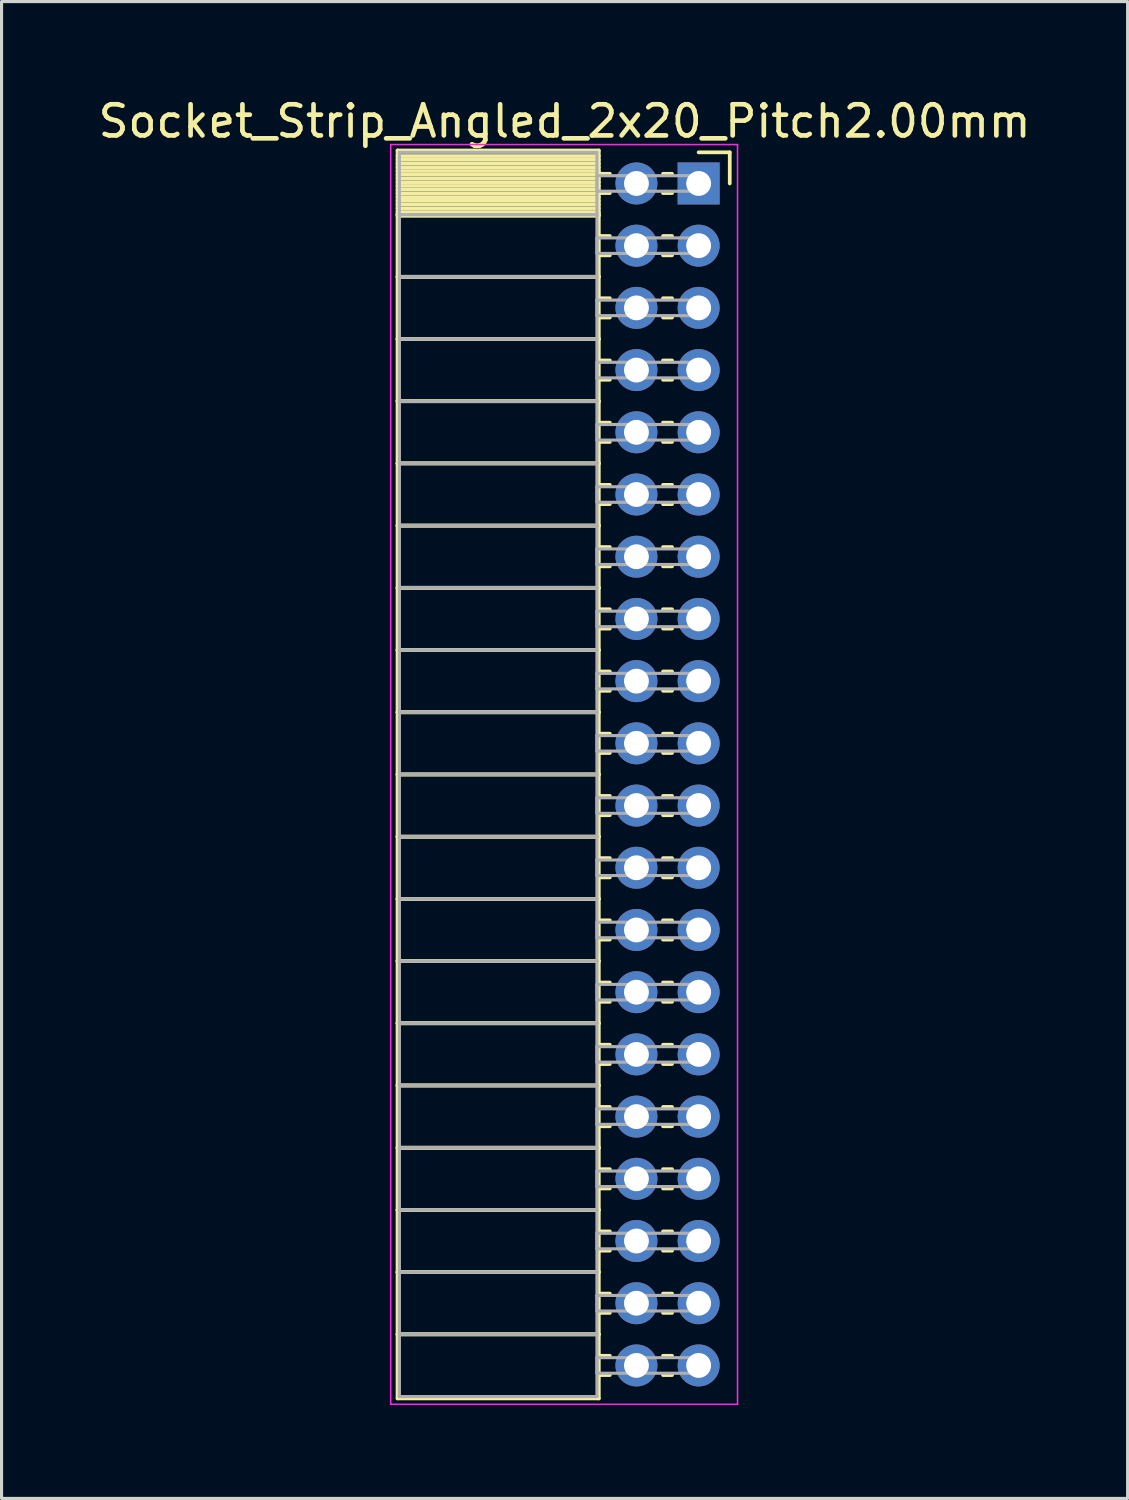
<source format=kicad_pcb>
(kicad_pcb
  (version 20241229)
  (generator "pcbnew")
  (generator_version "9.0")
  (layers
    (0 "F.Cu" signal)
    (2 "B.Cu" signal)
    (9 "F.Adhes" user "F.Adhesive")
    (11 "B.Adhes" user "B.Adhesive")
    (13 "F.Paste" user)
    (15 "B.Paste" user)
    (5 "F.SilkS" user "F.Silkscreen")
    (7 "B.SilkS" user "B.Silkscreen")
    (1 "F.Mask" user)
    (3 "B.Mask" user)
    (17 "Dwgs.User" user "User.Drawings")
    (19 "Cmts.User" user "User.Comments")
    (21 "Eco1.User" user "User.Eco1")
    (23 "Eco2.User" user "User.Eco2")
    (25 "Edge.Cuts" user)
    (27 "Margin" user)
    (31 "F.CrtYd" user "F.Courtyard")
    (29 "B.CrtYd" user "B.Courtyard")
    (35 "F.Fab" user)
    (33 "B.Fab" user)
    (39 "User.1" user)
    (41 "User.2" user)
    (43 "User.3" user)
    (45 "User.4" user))
  (footprint "Socket_Strip_Angled_2x20_Pitch2.00mm"
    (layer "F.Cu")
    (at 19.411 2.848)
    (property "Reference" "Socket_Strip_Angled_2x20_Pitch2.00mm" (at -4.31 -2 0) (layer "F.SilkS") (effects (font (size 1 1) (thickness 0.15))))
    (attr through_hole)
    (fp_line (start -9.68 -1.06) (end -3.21 -1.06) (stroke (width 0.12) (type solid)) (layer "F.SilkS"))
    (fp_line (start -9.68 1) (end -9.68 -1.06) (stroke (width 0.12) (type solid)) (layer "F.SilkS"))
    (fp_line (start -9.68 1) (end -3.21 1) (stroke (width 0.12) (type solid)) (layer "F.SilkS"))
    (fp_line (start -9.68 3) (end -9.68 1) (stroke (width 0.12) (type solid)) (layer "F.SilkS"))
    (fp_line (start -9.68 3) (end -3.21 3) (stroke (width 0.12) (type solid)) (layer "F.SilkS"))
    (fp_line (start -9.68 5) (end -9.68 3) (stroke (width 0.12) (type solid)) (layer "F.SilkS"))
    (fp_line (start -9.68 5) (end -3.21 5) (stroke (width 0.12) (type solid)) (layer "F.SilkS"))
    (fp_line (start -9.68 7) (end -9.68 5) (stroke (width 0.12) (type solid)) (layer "F.SilkS"))
    (fp_line (start -9.68 7) (end -3.21 7) (stroke (width 0.12) (type solid)) (layer "F.SilkS"))
    (fp_line (start -9.68 9) (end -9.68 7) (stroke (width 0.12) (type solid)) (layer "F.SilkS"))
    (fp_line (start -9.68 9) (end -3.21 9) (stroke (width 0.12) (type solid)) (layer "F.SilkS"))
    (fp_line (start -9.68 11) (end -9.68 9) (stroke (width 0.12) (type solid)) (layer "F.SilkS"))
    (fp_line (start -9.68 11) (end -3.21 11) (stroke (width 0.12) (type solid)) (layer "F.SilkS"))
    (fp_line (start -9.68 13) (end -9.68 11) (stroke (width 0.12) (type solid)) (layer "F.SilkS"))
    (fp_line (start -9.68 13) (end -3.21 13) (stroke (width 0.12) (type solid)) (layer "F.SilkS"))
    (fp_line (start -9.68 15) (end -9.68 13) (stroke (width 0.12) (type solid)) (layer "F.SilkS"))
    (fp_line (start -9.68 15) (end -3.21 15) (stroke (width 0.12) (type solid)) (layer "F.SilkS"))
    (fp_line (start -9.68 17) (end -9.68 15) (stroke (width 0.12) (type solid)) (layer "F.SilkS"))
    (fp_line (start -9.68 17) (end -3.21 17) (stroke (width 0.12) (type solid)) (layer "F.SilkS"))
    (fp_line (start -9.68 19) (end -9.68 17) (stroke (width 0.12) (type solid)) (layer "F.SilkS"))
    (fp_line (start -9.68 19) (end -3.21 19) (stroke (width 0.12) (type solid)) (layer "F.SilkS"))
    (fp_line (start -9.68 21) (end -9.68 19) (stroke (width 0.12) (type solid)) (layer "F.SilkS"))
    (fp_line (start -9.68 21) (end -3.21 21) (stroke (width 0.12) (type solid)) (layer "F.SilkS"))
    (fp_line (start -9.68 23) (end -9.68 21) (stroke (width 0.12) (type solid)) (layer "F.SilkS"))
    (fp_line (start -9.68 23) (end -3.21 23) (stroke (width 0.12) (type solid)) (layer "F.SilkS"))
    (fp_line (start -9.68 25) (end -9.68 23) (stroke (width 0.12) (type solid)) (layer "F.SilkS"))
    (fp_line (start -9.68 25) (end -3.21 25) (stroke (width 0.12) (type solid)) (layer "F.SilkS"))
    (fp_line (start -9.68 27) (end -9.68 25) (stroke (width 0.12) (type solid)) (layer "F.SilkS"))
    (fp_line (start -9.68 27) (end -3.21 27) (stroke (width 0.12) (type solid)) (layer "F.SilkS"))
    (fp_line (start -9.68 29) (end -9.68 27) (stroke (width 0.12) (type solid)) (layer "F.SilkS"))
    (fp_line (start -9.68 29) (end -3.21 29) (stroke (width 0.12) (type solid)) (layer "F.SilkS"))
    (fp_line (start -9.68 31) (end -9.68 29) (stroke (width 0.12) (type solid)) (layer "F.SilkS"))
    (fp_line (start -9.68 31) (end -3.21 31) (stroke (width 0.12) (type solid)) (layer "F.SilkS"))
    (fp_line (start -9.68 33) (end -9.68 31) (stroke (width 0.12) (type solid)) (layer "F.SilkS"))
    (fp_line (start -9.68 33) (end -3.21 33) (stroke (width 0.12) (type solid)) (layer "F.SilkS"))
    (fp_line (start -9.68 35) (end -9.68 33) (stroke (width 0.12) (type solid)) (layer "F.SilkS"))
    (fp_line (start -9.68 35) (end -3.21 35) (stroke (width 0.12) (type solid)) (layer "F.SilkS"))
    (fp_line (start -9.68 37) (end -9.68 35) (stroke (width 0.12) (type solid)) (layer "F.SilkS"))
    (fp_line (start -9.68 37) (end -3.21 37) (stroke (width 0.12) (type solid)) (layer "F.SilkS"))
    (fp_line (start -9.68 39.06) (end -9.68 37) (stroke (width 0.12) (type solid)) (layer "F.SilkS"))
    (fp_line (start -3.21 -1.06) (end -3.21 1) (stroke (width 0.12) (type solid)) (layer "F.SilkS"))
    (fp_line (start -3.21 -0.88) (end -9.68 -0.88) (stroke (width 0.12) (type solid)) (layer "F.SilkS"))
    (fp_line (start -3.21 -0.76) (end -9.68 -0.76) (stroke (width 0.12) (type solid)) (layer "F.SilkS"))
    (fp_line (start -3.21 -0.64) (end -9.68 -0.64) (stroke (width 0.12) (type solid)) (layer "F.SilkS"))
    (fp_line (start -3.21 -0.52) (end -9.68 -0.52) (stroke (width 0.12) (type solid)) (layer "F.SilkS"))
    (fp_line (start -3.21 -0.4) (end -9.68 -0.4) (stroke (width 0.12) (type solid)) (layer "F.SilkS"))
    (fp_line (start -3.21 -0.28) (end -9.68 -0.28) (stroke (width 0.12) (type solid)) (layer "F.SilkS"))
    (fp_line (start -3.21 -0.16) (end -9.68 -0.16) (stroke (width 0.12) (type solid)) (layer "F.SilkS"))
    (fp_line (start -3.21 -0.04) (end -9.68 -0.04) (stroke (width 0.12) (type solid)) (layer "F.SilkS"))
    (fp_line (start -3.21 0.08) (end -9.68 0.08) (stroke (width 0.12) (type solid)) (layer "F.SilkS"))
    (fp_line (start -3.21 0.2) (end -9.68 0.2) (stroke (width 0.12) (type solid)) (layer "F.SilkS"))
    (fp_line (start -3.21 0.32) (end -9.68 0.32) (stroke (width 0.12) (type solid)) (layer "F.SilkS"))
    (fp_line (start -3.21 0.44) (end -9.68 0.44) (stroke (width 0.12) (type solid)) (layer "F.SilkS"))
    (fp_line (start -3.21 0.56) (end -9.68 0.56) (stroke (width 0.12) (type solid)) (layer "F.SilkS"))
    (fp_line (start -3.21 0.68) (end -9.68 0.68) (stroke (width 0.12) (type solid)) (layer "F.SilkS"))
    (fp_line (start -3.21 0.8) (end -9.68 0.8) (stroke (width 0.12) (type solid)) (layer "F.SilkS"))
    (fp_line (start -3.21 0.92) (end -9.68 0.92) (stroke (width 0.12) (type solid)) (layer "F.SilkS"))
    (fp_line (start -3.21 1) (end -9.68 1) (stroke (width 0.12) (type solid)) (layer "F.SilkS"))
    (fp_line (start -3.21 1) (end -3.21 3) (stroke (width 0.12) (type solid)) (layer "F.SilkS"))
    (fp_line (start -3.21 1.04) (end -9.68 1.04) (stroke (width 0.12) (type solid)) (layer "F.SilkS"))
    (fp_line (start -3.21 3) (end -9.68 3) (stroke (width 0.12) (type solid)) (layer "F.SilkS"))
    (fp_line (start -3.21 3) (end -3.21 5) (stroke (width 0.12) (type solid)) (layer "F.SilkS"))
    (fp_line (start -3.21 5) (end -9.68 5) (stroke (width 0.12) (type solid)) (layer "F.SilkS"))
    (fp_line (start -3.21 5) (end -3.21 7) (stroke (width 0.12) (type solid)) (layer "F.SilkS"))
    (fp_line (start -3.21 7) (end -9.68 7) (stroke (width 0.12) (type solid)) (layer "F.SilkS"))
    (fp_line (start -3.21 7) (end -3.21 9) (stroke (width 0.12) (type solid)) (layer "F.SilkS"))
    (fp_line (start -3.21 9) (end -9.68 9) (stroke (width 0.12) (type solid)) (layer "F.SilkS"))
    (fp_line (start -3.21 9) (end -3.21 11) (stroke (width 0.12) (type solid)) (layer "F.SilkS"))
    (fp_line (start -3.21 11) (end -9.68 11) (stroke (width 0.12) (type solid)) (layer "F.SilkS"))
    (fp_line (start -3.21 11) (end -3.21 13) (stroke (width 0.12) (type solid)) (layer "F.SilkS"))
    (fp_line (start -3.21 13) (end -9.68 13) (stroke (width 0.12) (type solid)) (layer "F.SilkS"))
    (fp_line (start -3.21 13) (end -3.21 15) (stroke (width 0.12) (type solid)) (layer "F.SilkS"))
    (fp_line (start -3.21 15) (end -9.68 15) (stroke (width 0.12) (type solid)) (layer "F.SilkS"))
    (fp_line (start -3.21 15) (end -3.21 17) (stroke (width 0.12) (type solid)) (layer "F.SilkS"))
    (fp_line (start -3.21 17) (end -9.68 17) (stroke (width 0.12) (type solid)) (layer "F.SilkS"))
    (fp_line (start -3.21 17) (end -3.21 19) (stroke (width 0.12) (type solid)) (layer "F.SilkS"))
    (fp_line (start -3.21 19) (end -9.68 19) (stroke (width 0.12) (type solid)) (layer "F.SilkS"))
    (fp_line (start -3.21 19) (end -3.21 21) (stroke (width 0.12) (type solid)) (layer "F.SilkS"))
    (fp_line (start -3.21 21) (end -9.68 21) (stroke (width 0.12) (type solid)) (layer "F.SilkS"))
    (fp_line (start -3.21 21) (end -3.21 23) (stroke (width 0.12) (type solid)) (layer "F.SilkS"))
    (fp_line (start -3.21 23) (end -9.68 23) (stroke (width 0.12) (type solid)) (layer "F.SilkS"))
    (fp_line (start -3.21 23) (end -3.21 25) (stroke (width 0.12) (type solid)) (layer "F.SilkS"))
    (fp_line (start -3.21 25) (end -9.68 25) (stroke (width 0.12) (type solid)) (layer "F.SilkS"))
    (fp_line (start -3.21 25) (end -3.21 27) (stroke (width 0.12) (type solid)) (layer "F.SilkS"))
    (fp_line (start -3.21 27) (end -9.68 27) (stroke (width 0.12) (type solid)) (layer "F.SilkS"))
    (fp_line (start -3.21 27) (end -3.21 29) (stroke (width 0.12) (type solid)) (layer "F.SilkS"))
    (fp_line (start -3.21 29) (end -9.68 29) (stroke (width 0.12) (type solid)) (layer "F.SilkS"))
    (fp_line (start -3.21 29) (end -3.21 31) (stroke (width 0.12) (type solid)) (layer "F.SilkS"))
    (fp_line (start -3.21 31) (end -9.68 31) (stroke (width 0.12) (type solid)) (layer "F.SilkS"))
    (fp_line (start -3.21 31) (end -3.21 33) (stroke (width 0.12) (type solid)) (layer "F.SilkS"))
    (fp_line (start -3.21 33) (end -9.68 33) (stroke (width 0.12) (type solid)) (layer "F.SilkS"))
    (fp_line (start -3.21 33) (end -3.21 35) (stroke (width 0.12) (type solid)) (layer "F.SilkS"))
    (fp_line (start -3.21 35) (end -9.68 35) (stroke (width 0.12) (type solid)) (layer "F.SilkS"))
    (fp_line (start -3.21 35) (end -3.21 37) (stroke (width 0.12) (type solid)) (layer "F.SilkS"))
    (fp_line (start -3.21 37) (end -9.68 37) (stroke (width 0.12) (type solid)) (layer "F.SilkS"))
    (fp_line (start -3.21 37) (end -3.21 39.06) (stroke (width 0.12) (type solid)) (layer "F.SilkS"))
    (fp_line (start -3.21 39.06) (end -9.68 39.06) (stroke (width 0.12) (type solid)) (layer "F.SilkS"))
    (fp_line (start -2.855 -0.31) (end -3.21 -0.31) (stroke (width 0.12) (type solid)) (layer "F.SilkS"))
    (fp_line (start -2.855 0.31) (end -3.21 0.31) (stroke (width 0.12) (type solid)) (layer "F.SilkS"))
    (fp_line (start -2.855 1.69) (end -3.21 1.69) (stroke (width 0.12) (type solid)) (layer "F.SilkS"))
    (fp_line (start -2.855 2.31) (end -3.21 2.31) (stroke (width 0.12) (type solid)) (layer "F.SilkS"))
    (fp_line (start -2.855 3.69) (end -3.21 3.69) (stroke (width 0.12) (type solid)) (layer "F.SilkS"))
    (fp_line (start -2.855 4.31) (end -3.21 4.31) (stroke (width 0.12) (type solid)) (layer "F.SilkS"))
    (fp_line (start -2.855 5.69) (end -3.21 5.69) (stroke (width 0.12) (type solid)) (layer "F.SilkS"))
    (fp_line (start -2.855 6.31) (end -3.21 6.31) (stroke (width 0.12) (type solid)) (layer "F.SilkS"))
    (fp_line (start -2.855 7.69) (end -3.21 7.69) (stroke (width 0.12) (type solid)) (layer "F.SilkS"))
    (fp_line (start -2.855 8.31) (end -3.21 8.31) (stroke (width 0.12) (type solid)) (layer "F.SilkS"))
    (fp_line (start -2.855 9.69) (end -3.21 9.69) (stroke (width 0.12) (type solid)) (layer "F.SilkS"))
    (fp_line (start -2.855 10.31) (end -3.21 10.31) (stroke (width 0.12) (type solid)) (layer "F.SilkS"))
    (fp_line (start -2.855 11.69) (end -3.21 11.69) (stroke (width 0.12) (type solid)) (layer "F.SilkS"))
    (fp_line (start -2.855 12.31) (end -3.21 12.31) (stroke (width 0.12) (type solid)) (layer "F.SilkS"))
    (fp_line (start -2.855 13.69) (end -3.21 13.69) (stroke (width 0.12) (type solid)) (layer "F.SilkS"))
    (fp_line (start -2.855 14.31) (end -3.21 14.31) (stroke (width 0.12) (type solid)) (layer "F.SilkS"))
    (fp_line (start -2.855 15.69) (end -3.21 15.69) (stroke (width 0.12) (type solid)) (layer "F.SilkS"))
    (fp_line (start -2.855 16.31) (end -3.21 16.31) (stroke (width 0.12) (type solid)) (layer "F.SilkS"))
    (fp_line (start -2.855 17.69) (end -3.21 17.69) (stroke (width 0.12) (type solid)) (layer "F.SilkS"))
    (fp_line (start -2.855 18.31) (end -3.21 18.31) (stroke (width 0.12) (type solid)) (layer "F.SilkS"))
    (fp_line (start -2.855 19.69) (end -3.21 19.69) (stroke (width 0.12) (type solid)) (layer "F.SilkS"))
    (fp_line (start -2.855 20.31) (end -3.21 20.31) (stroke (width 0.12) (type solid)) (layer "F.SilkS"))
    (fp_line (start -2.855 21.69) (end -3.21 21.69) (stroke (width 0.12) (type solid)) (layer "F.SilkS"))
    (fp_line (start -2.855 22.31) (end -3.21 22.31) (stroke (width 0.12) (type solid)) (layer "F.SilkS"))
    (fp_line (start -2.855 23.69) (end -3.21 23.69) (stroke (width 0.12) (type solid)) (layer "F.SilkS"))
    (fp_line (start -2.855 24.31) (end -3.21 24.31) (stroke (width 0.12) (type solid)) (layer "F.SilkS"))
    (fp_line (start -2.855 25.69) (end -3.21 25.69) (stroke (width 0.12) (type solid)) (layer "F.SilkS"))
    (fp_line (start -2.855 26.31) (end -3.21 26.31) (stroke (width 0.12) (type solid)) (layer "F.SilkS"))
    (fp_line (start -2.855 27.69) (end -3.21 27.69) (stroke (width 0.12) (type solid)) (layer "F.SilkS"))
    (fp_line (start -2.855 28.31) (end -3.21 28.31) (stroke (width 0.12) (type solid)) (layer "F.SilkS"))
    (fp_line (start -2.855 29.69) (end -3.21 29.69) (stroke (width 0.12) (type solid)) (layer "F.SilkS"))
    (fp_line (start -2.855 30.31) (end -3.21 30.31) (stroke (width 0.12) (type solid)) (layer "F.SilkS"))
    (fp_line (start -2.855 31.69) (end -3.21 31.69) (stroke (width 0.12) (type solid)) (layer "F.SilkS"))
    (fp_line (start -2.855 32.31) (end -3.21 32.31) (stroke (width 0.12) (type solid)) (layer "F.SilkS"))
    (fp_line (start -2.855 33.69) (end -3.21 33.69) (stroke (width 0.12) (type solid)) (layer "F.SilkS"))
    (fp_line (start -2.855 34.31) (end -3.21 34.31) (stroke (width 0.12) (type solid)) (layer "F.SilkS"))
    (fp_line (start -2.855 35.69) (end -3.21 35.69) (stroke (width 0.12) (type solid)) (layer "F.SilkS"))
    (fp_line (start -2.855 36.31) (end -3.21 36.31) (stroke (width 0.12) (type solid)) (layer "F.SilkS"))
    (fp_line (start -2.855 37.69) (end -3.21 37.69) (stroke (width 0.12) (type solid)) (layer "F.SilkS"))
    (fp_line (start -2.855 38.31) (end -3.21 38.31) (stroke (width 0.12) (type solid)) (layer "F.SilkS"))
    (fp_line (start -0.855 -0.31) (end -1.145 -0.31) (stroke (width 0.12) (type solid)) (layer "F.SilkS"))
    (fp_line (start -0.855 0.31) (end -1.145 0.31) (stroke (width 0.12) (type solid)) (layer "F.SilkS"))
    (fp_line (start -0.855 1.69) (end -1.145 1.69) (stroke (width 0.12) (type solid)) (layer "F.SilkS"))
    (fp_line (start -0.855 2.31) (end -1.145 2.31) (stroke (width 0.12) (type solid)) (layer "F.SilkS"))
    (fp_line (start -0.855 3.69) (end -1.145 3.69) (stroke (width 0.12) (type solid)) (layer "F.SilkS"))
    (fp_line (start -0.855 4.31) (end -1.145 4.31) (stroke (width 0.12) (type solid)) (layer "F.SilkS"))
    (fp_line (start -0.855 5.69) (end -1.145 5.69) (stroke (width 0.12) (type solid)) (layer "F.SilkS"))
    (fp_line (start -0.855 6.31) (end -1.145 6.31) (stroke (width 0.12) (type solid)) (layer "F.SilkS"))
    (fp_line (start -0.855 7.69) (end -1.145 7.69) (stroke (width 0.12) (type solid)) (layer "F.SilkS"))
    (fp_line (start -0.855 8.31) (end -1.145 8.31) (stroke (width 0.12) (type solid)) (layer "F.SilkS"))
    (fp_line (start -0.855 9.69) (end -1.145 9.69) (stroke (width 0.12) (type solid)) (layer "F.SilkS"))
    (fp_line (start -0.855 10.31) (end -1.145 10.31) (stroke (width 0.12) (type solid)) (layer "F.SilkS"))
    (fp_line (start -0.855 11.69) (end -1.145 11.69) (stroke (width 0.12) (type solid)) (layer "F.SilkS"))
    (fp_line (start -0.855 12.31) (end -1.145 12.31) (stroke (width 0.12) (type solid)) (layer "F.SilkS"))
    (fp_line (start -0.855 13.69) (end -1.145 13.69) (stroke (width 0.12) (type solid)) (layer "F.SilkS"))
    (fp_line (start -0.855 14.31) (end -1.145 14.31) (stroke (width 0.12) (type solid)) (layer "F.SilkS"))
    (fp_line (start -0.855 15.69) (end -1.145 15.69) (stroke (width 0.12) (type solid)) (layer "F.SilkS"))
    (fp_line (start -0.855 16.31) (end -1.145 16.31) (stroke (width 0.12) (type solid)) (layer "F.SilkS"))
    (fp_line (start -0.855 17.69) (end -1.145 17.69) (stroke (width 0.12) (type solid)) (layer "F.SilkS"))
    (fp_line (start -0.855 18.31) (end -1.145 18.31) (stroke (width 0.12) (type solid)) (layer "F.SilkS"))
    (fp_line (start -0.855 19.69) (end -1.145 19.69) (stroke (width 0.12) (type solid)) (layer "F.SilkS"))
    (fp_line (start -0.855 20.31) (end -1.145 20.31) (stroke (width 0.12) (type solid)) (layer "F.SilkS"))
    (fp_line (start -0.855 21.69) (end -1.145 21.69) (stroke (width 0.12) (type solid)) (layer "F.SilkS"))
    (fp_line (start -0.855 22.31) (end -1.145 22.31) (stroke (width 0.12) (type solid)) (layer "F.SilkS"))
    (fp_line (start -0.855 23.69) (end -1.145 23.69) (stroke (width 0.12) (type solid)) (layer "F.SilkS"))
    (fp_line (start -0.855 24.31) (end -1.145 24.31) (stroke (width 0.12) (type solid)) (layer "F.SilkS"))
    (fp_line (start -0.855 25.69) (end -1.145 25.69) (stroke (width 0.12) (type solid)) (layer "F.SilkS"))
    (fp_line (start -0.855 26.31) (end -1.145 26.31) (stroke (width 0.12) (type solid)) (layer "F.SilkS"))
    (fp_line (start -0.855 27.69) (end -1.145 27.69) (stroke (width 0.12) (type solid)) (layer "F.SilkS"))
    (fp_line (start -0.855 28.31) (end -1.145 28.31) (stroke (width 0.12) (type solid)) (layer "F.SilkS"))
    (fp_line (start -0.855 29.69) (end -1.145 29.69) (stroke (width 0.12) (type solid)) (layer "F.SilkS"))
    (fp_line (start -0.855 30.31) (end -1.145 30.31) (stroke (width 0.12) (type solid)) (layer "F.SilkS"))
    (fp_line (start -0.855 31.69) (end -1.145 31.69) (stroke (width 0.12) (type solid)) (layer "F.SilkS"))
    (fp_line (start -0.855 32.31) (end -1.145 32.31) (stroke (width 0.12) (type solid)) (layer "F.SilkS"))
    (fp_line (start -0.855 33.69) (end -1.145 33.69) (stroke (width 0.12) (type solid)) (layer "F.SilkS"))
    (fp_line (start -0.855 34.31) (end -1.145 34.31) (stroke (width 0.12) (type solid)) (layer "F.SilkS"))
    (fp_line (start -0.855 35.69) (end -1.145 35.69) (stroke (width 0.12) (type solid)) (layer "F.SilkS"))
    (fp_line (start -0.855 36.31) (end -1.145 36.31) (stroke (width 0.12) (type solid)) (layer "F.SilkS"))
    (fp_line (start -0.855 37.69) (end -1.145 37.69) (stroke (width 0.12) (type solid)) (layer "F.SilkS"))
    (fp_line (start -0.855 38.31) (end -1.145 38.31) (stroke (width 0.12) (type solid)) (layer "F.SilkS"))
    (fp_line (start 0 -1) (end 1 -1) (stroke (width 0.12) (type solid)) (layer "F.SilkS"))
    (fp_line (start 1 -1) (end 1 0) (stroke (width 0.12) (type solid)) (layer "F.SilkS"))
    (fp_line (start -9.9 -1.25) (end 1.25 -1.25) (stroke (width 0.05) (type solid)) (layer "F.CrtYd"))
    (fp_line (start -9.9 39.25) (end -9.9 -1.25) (stroke (width 0.05) (type solid)) (layer "F.CrtYd"))
    (fp_line (start 1.25 -1.25) (end 1.25 39.25) (stroke (width 0.05) (type solid)) (layer "F.CrtYd"))
    (fp_line (start 1.25 39.25) (end -9.9 39.25) (stroke (width 0.05) (type solid)) (layer "F.CrtYd"))
    (fp_line (start -9.62 -1) (end -3.27 -1) (stroke (width 0.1) (type solid)) (layer "F.Fab"))
    (fp_line (start -9.62 1) (end -9.62 -1) (stroke (width 0.1) (type solid)) (layer "F.Fab"))
    (fp_line (start -9.62 1) (end -3.27 1) (stroke (width 0.1) (type solid)) (layer "F.Fab"))
    (fp_line (start -9.62 3) (end -9.62 1) (stroke (width 0.1) (type solid)) (layer "F.Fab"))
    (fp_line (start -9.62 3) (end -3.27 3) (stroke (width 0.1) (type solid)) (layer "F.Fab"))
    (fp_line (start -9.62 5) (end -9.62 3) (stroke (width 0.1) (type solid)) (layer "F.Fab"))
    (fp_line (start -9.62 5) (end -3.27 5) (stroke (width 0.1) (type solid)) (layer "F.Fab"))
    (fp_line (start -9.62 7) (end -9.62 5) (stroke (width 0.1) (type solid)) (layer "F.Fab"))
    (fp_line (start -9.62 7) (end -3.27 7) (stroke (width 0.1) (type solid)) (layer "F.Fab"))
    (fp_line (start -9.62 9) (end -9.62 7) (stroke (width 0.1) (type solid)) (layer "F.Fab"))
    (fp_line (start -9.62 9) (end -3.27 9) (stroke (width 0.1) (type solid)) (layer "F.Fab"))
    (fp_line (start -9.62 11) (end -9.62 9) (stroke (width 0.1) (type solid)) (layer "F.Fab"))
    (fp_line (start -9.62 11) (end -3.27 11) (stroke (width 0.1) (type solid)) (layer "F.Fab"))
    (fp_line (start -9.62 13) (end -9.62 11) (stroke (width 0.1) (type solid)) (layer "F.Fab"))
    (fp_line (start -9.62 13) (end -3.27 13) (stroke (width 0.1) (type solid)) (layer "F.Fab"))
    (fp_line (start -9.62 15) (end -9.62 13) (stroke (width 0.1) (type solid)) (layer "F.Fab"))
    (fp_line (start -9.62 15) (end -3.27 15) (stroke (width 0.1) (type solid)) (layer "F.Fab"))
    (fp_line (start -9.62 17) (end -9.62 15) (stroke (width 0.1) (type solid)) (layer "F.Fab"))
    (fp_line (start -9.62 17) (end -3.27 17) (stroke (width 0.1) (type solid)) (layer "F.Fab"))
    (fp_line (start -9.62 19) (end -9.62 17) (stroke (width 0.1) (type solid)) (layer "F.Fab"))
    (fp_line (start -9.62 19) (end -3.27 19) (stroke (width 0.1) (type solid)) (layer "F.Fab"))
    (fp_line (start -9.62 21) (end -9.62 19) (stroke (width 0.1) (type solid)) (layer "F.Fab"))
    (fp_line (start -9.62 21) (end -3.27 21) (stroke (width 0.1) (type solid)) (layer "F.Fab"))
    (fp_line (start -9.62 23) (end -9.62 21) (stroke (width 0.1) (type solid)) (layer "F.Fab"))
    (fp_line (start -9.62 23) (end -3.27 23) (stroke (width 0.1) (type solid)) (layer "F.Fab"))
    (fp_line (start -9.62 25) (end -9.62 23) (stroke (width 0.1) (type solid)) (layer "F.Fab"))
    (fp_line (start -9.62 25) (end -3.27 25) (stroke (width 0.1) (type solid)) (layer "F.Fab"))
    (fp_line (start -9.62 27) (end -9.62 25) (stroke (width 0.1) (type solid)) (layer "F.Fab"))
    (fp_line (start -9.62 27) (end -3.27 27) (stroke (width 0.1) (type solid)) (layer "F.Fab"))
    (fp_line (start -9.62 29) (end -9.62 27) (stroke (width 0.1) (type solid)) (layer "F.Fab"))
    (fp_line (start -9.62 29) (end -3.27 29) (stroke (width 0.1) (type solid)) (layer "F.Fab"))
    (fp_line (start -9.62 31) (end -9.62 29) (stroke (width 0.1) (type solid)) (layer "F.Fab"))
    (fp_line (start -9.62 31) (end -3.27 31) (stroke (width 0.1) (type solid)) (layer "F.Fab"))
    (fp_line (start -9.62 33) (end -9.62 31) (stroke (width 0.1) (type solid)) (layer "F.Fab"))
    (fp_line (start -9.62 33) (end -3.27 33) (stroke (width 0.1) (type solid)) (layer "F.Fab"))
    (fp_line (start -9.62 35) (end -9.62 33) (stroke (width 0.1) (type solid)) (layer "F.Fab"))
    (fp_line (start -9.62 35) (end -3.27 35) (stroke (width 0.1) (type solid)) (layer "F.Fab"))
    (fp_line (start -9.62 37) (end -9.62 35) (stroke (width 0.1) (type solid)) (layer "F.Fab"))
    (fp_line (start -9.62 37) (end -3.27 37) (stroke (width 0.1) (type solid)) (layer "F.Fab"))
    (fp_line (start -9.62 39) (end -9.62 37) (stroke (width 0.1) (type solid)) (layer "F.Fab"))
    (fp_line (start -3.27 -1) (end -3.27 1) (stroke (width 0.1) (type solid)) (layer "F.Fab"))
    (fp_line (start -3.27 -0.25) (end 0 -0.25) (stroke (width 0.1) (type solid)) (layer "F.Fab"))
    (fp_line (start -3.27 0.25) (end -3.27 -0.25) (stroke (width 0.1) (type solid)) (layer "F.Fab"))
    (fp_line (start -3.27 1) (end -9.62 1) (stroke (width 0.1) (type solid)) (layer "F.Fab"))
    (fp_line (start -3.27 1) (end -3.27 3) (stroke (width 0.1) (type solid)) (layer "F.Fab"))
    (fp_line (start -3.27 1.75) (end 0 1.75) (stroke (width 0.1) (type solid)) (layer "F.Fab"))
    (fp_line (start -3.27 2.25) (end -3.27 1.75) (stroke (width 0.1) (type solid)) (layer "F.Fab"))
    (fp_line (start -3.27 3) (end -9.62 3) (stroke (width 0.1) (type solid)) (layer "F.Fab"))
    (fp_line (start -3.27 3) (end -3.27 5) (stroke (width 0.1) (type solid)) (layer "F.Fab"))
    (fp_line (start -3.27 3.75) (end 0 3.75) (stroke (width 0.1) (type solid)) (layer "F.Fab"))
    (fp_line (start -3.27 4.25) (end -3.27 3.75) (stroke (width 0.1) (type solid)) (layer "F.Fab"))
    (fp_line (start -3.27 5) (end -9.62 5) (stroke (width 0.1) (type solid)) (layer "F.Fab"))
    (fp_line (start -3.27 5) (end -3.27 7) (stroke (width 0.1) (type solid)) (layer "F.Fab"))
    (fp_line (start -3.27 5.75) (end 0 5.75) (stroke (width 0.1) (type solid)) (layer "F.Fab"))
    (fp_line (start -3.27 6.25) (end -3.27 5.75) (stroke (width 0.1) (type solid)) (layer "F.Fab"))
    (fp_line (start -3.27 7) (end -9.62 7) (stroke (width 0.1) (type solid)) (layer "F.Fab"))
    (fp_line (start -3.27 7) (end -3.27 9) (stroke (width 0.1) (type solid)) (layer "F.Fab"))
    (fp_line (start -3.27 7.75) (end 0 7.75) (stroke (width 0.1) (type solid)) (layer "F.Fab"))
    (fp_line (start -3.27 8.25) (end -3.27 7.75) (stroke (width 0.1) (type solid)) (layer "F.Fab"))
    (fp_line (start -3.27 9) (end -9.62 9) (stroke (width 0.1) (type solid)) (layer "F.Fab"))
    (fp_line (start -3.27 9) (end -3.27 11) (stroke (width 0.1) (type solid)) (layer "F.Fab"))
    (fp_line (start -3.27 9.75) (end 0 9.75) (stroke (width 0.1) (type solid)) (layer "F.Fab"))
    (fp_line (start -3.27 10.25) (end -3.27 9.75) (stroke (width 0.1) (type solid)) (layer "F.Fab"))
    (fp_line (start -3.27 11) (end -9.62 11) (stroke (width 0.1) (type solid)) (layer "F.Fab"))
    (fp_line (start -3.27 11) (end -3.27 13) (stroke (width 0.1) (type solid)) (layer "F.Fab"))
    (fp_line (start -3.27 11.75) (end 0 11.75) (stroke (width 0.1) (type solid)) (layer "F.Fab"))
    (fp_line (start -3.27 12.25) (end -3.27 11.75) (stroke (width 0.1) (type solid)) (layer "F.Fab"))
    (fp_line (start -3.27 13) (end -9.62 13) (stroke (width 0.1) (type solid)) (layer "F.Fab"))
    (fp_line (start -3.27 13) (end -3.27 15) (stroke (width 0.1) (type solid)) (layer "F.Fab"))
    (fp_line (start -3.27 13.75) (end 0 13.75) (stroke (width 0.1) (type solid)) (layer "F.Fab"))
    (fp_line (start -3.27 14.25) (end -3.27 13.75) (stroke (width 0.1) (type solid)) (layer "F.Fab"))
    (fp_line (start -3.27 15) (end -9.62 15) (stroke (width 0.1) (type solid)) (layer "F.Fab"))
    (fp_line (start -3.27 15) (end -3.27 17) (stroke (width 0.1) (type solid)) (layer "F.Fab"))
    (fp_line (start -3.27 15.75) (end 0 15.75) (stroke (width 0.1) (type solid)) (layer "F.Fab"))
    (fp_line (start -3.27 16.25) (end -3.27 15.75) (stroke (width 0.1) (type solid)) (layer "F.Fab"))
    (fp_line (start -3.27 17) (end -9.62 17) (stroke (width 0.1) (type solid)) (layer "F.Fab"))
    (fp_line (start -3.27 17) (end -3.27 19) (stroke (width 0.1) (type solid)) (layer "F.Fab"))
    (fp_line (start -3.27 17.75) (end 0 17.75) (stroke (width 0.1) (type solid)) (layer "F.Fab"))
    (fp_line (start -3.27 18.25) (end -3.27 17.75) (stroke (width 0.1) (type solid)) (layer "F.Fab"))
    (fp_line (start -3.27 19) (end -9.62 19) (stroke (width 0.1) (type solid)) (layer "F.Fab"))
    (fp_line (start -3.27 19) (end -3.27 21) (stroke (width 0.1) (type solid)) (layer "F.Fab"))
    (fp_line (start -3.27 19.75) (end 0 19.75) (stroke (width 0.1) (type solid)) (layer "F.Fab"))
    (fp_line (start -3.27 20.25) (end -3.27 19.75) (stroke (width 0.1) (type solid)) (layer "F.Fab"))
    (fp_line (start -3.27 21) (end -9.62 21) (stroke (width 0.1) (type solid)) (layer "F.Fab"))
    (fp_line (start -3.27 21) (end -3.27 23) (stroke (width 0.1) (type solid)) (layer "F.Fab"))
    (fp_line (start -3.27 21.75) (end 0 21.75) (stroke (width 0.1) (type solid)) (layer "F.Fab"))
    (fp_line (start -3.27 22.25) (end -3.27 21.75) (stroke (width 0.1) (type solid)) (layer "F.Fab"))
    (fp_line (start -3.27 23) (end -9.62 23) (stroke (width 0.1) (type solid)) (layer "F.Fab"))
    (fp_line (start -3.27 23) (end -3.27 25) (stroke (width 0.1) (type solid)) (layer "F.Fab"))
    (fp_line (start -3.27 23.75) (end 0 23.75) (stroke (width 0.1) (type solid)) (layer "F.Fab"))
    (fp_line (start -3.27 24.25) (end -3.27 23.75) (stroke (width 0.1) (type solid)) (layer "F.Fab"))
    (fp_line (start -3.27 25) (end -9.62 25) (stroke (width 0.1) (type solid)) (layer "F.Fab"))
    (fp_line (start -3.27 25) (end -3.27 27) (stroke (width 0.1) (type solid)) (layer "F.Fab"))
    (fp_line (start -3.27 25.75) (end 0 25.75) (stroke (width 0.1) (type solid)) (layer "F.Fab"))
    (fp_line (start -3.27 26.25) (end -3.27 25.75) (stroke (width 0.1) (type solid)) (layer "F.Fab"))
    (fp_line (start -3.27 27) (end -9.62 27) (stroke (width 0.1) (type solid)) (layer "F.Fab"))
    (fp_line (start -3.27 27) (end -3.27 29) (stroke (width 0.1) (type solid)) (layer "F.Fab"))
    (fp_line (start -3.27 27.75) (end 0 27.75) (stroke (width 0.1) (type solid)) (layer "F.Fab"))
    (fp_line (start -3.27 28.25) (end -3.27 27.75) (stroke (width 0.1) (type solid)) (layer "F.Fab"))
    (fp_line (start -3.27 29) (end -9.62 29) (stroke (width 0.1) (type solid)) (layer "F.Fab"))
    (fp_line (start -3.27 29) (end -3.27 31) (stroke (width 0.1) (type solid)) (layer "F.Fab"))
    (fp_line (start -3.27 29.75) (end 0 29.75) (stroke (width 0.1) (type solid)) (layer "F.Fab"))
    (fp_line (start -3.27 30.25) (end -3.27 29.75) (stroke (width 0.1) (type solid)) (layer "F.Fab"))
    (fp_line (start -3.27 31) (end -9.62 31) (stroke (width 0.1) (type solid)) (layer "F.Fab"))
    (fp_line (start -3.27 31) (end -3.27 33) (stroke (width 0.1) (type solid)) (layer "F.Fab"))
    (fp_line (start -3.27 31.75) (end 0 31.75) (stroke (width 0.1) (type solid)) (layer "F.Fab"))
    (fp_line (start -3.27 32.25) (end -3.27 31.75) (stroke (width 0.1) (type solid)) (layer "F.Fab"))
    (fp_line (start -3.27 33) (end -9.62 33) (stroke (width 0.1) (type solid)) (layer "F.Fab"))
    (fp_line (start -3.27 33) (end -3.27 35) (stroke (width 0.1) (type solid)) (layer "F.Fab"))
    (fp_line (start -3.27 33.75) (end 0 33.75) (stroke (width 0.1) (type solid)) (layer "F.Fab"))
    (fp_line (start -3.27 34.25) (end -3.27 33.75) (stroke (width 0.1) (type solid)) (layer "F.Fab"))
    (fp_line (start -3.27 35) (end -9.62 35) (stroke (width 0.1) (type solid)) (layer "F.Fab"))
    (fp_line (start -3.27 35) (end -3.27 37) (stroke (width 0.1) (type solid)) (layer "F.Fab"))
    (fp_line (start -3.27 35.75) (end 0 35.75) (stroke (width 0.1) (type solid)) (layer "F.Fab"))
    (fp_line (start -3.27 36.25) (end -3.27 35.75) (stroke (width 0.1) (type solid)) (layer "F.Fab"))
    (fp_line (start -3.27 37) (end -9.62 37) (stroke (width 0.1) (type solid)) (layer "F.Fab"))
    (fp_line (start -3.27 37) (end -3.27 39) (stroke (width 0.1) (type solid)) (layer "F.Fab"))
    (fp_line (start -3.27 37.75) (end 0 37.75) (stroke (width 0.1) (type solid)) (layer "F.Fab"))
    (fp_line (start -3.27 38.25) (end -3.27 37.75) (stroke (width 0.1) (type solid)) (layer "F.Fab"))
    (fp_line (start -3.27 39) (end -9.62 39) (stroke (width 0.1) (type solid)) (layer "F.Fab"))
    (fp_line (start 0 -0.25) (end 0 0.25) (stroke (width 0.1) (type solid)) (layer "F.Fab"))
    (fp_line (start 0 0.25) (end -3.27 0.25) (stroke (width 0.1) (type solid)) (layer "F.Fab"))
    (fp_line (start 0 1.75) (end 0 2.25) (stroke (width 0.1) (type solid)) (layer "F.Fab"))
    (fp_line (start 0 2.25) (end -3.27 2.25) (stroke (width 0.1) (type solid)) (layer "F.Fab"))
    (fp_line (start 0 3.75) (end 0 4.25) (stroke (width 0.1) (type solid)) (layer "F.Fab"))
    (fp_line (start 0 4.25) (end -3.27 4.25) (stroke (width 0.1) (type solid)) (layer "F.Fab"))
    (fp_line (start 0 5.75) (end 0 6.25) (stroke (width 0.1) (type solid)) (layer "F.Fab"))
    (fp_line (start 0 6.25) (end -3.27 6.25) (stroke (width 0.1) (type solid)) (layer "F.Fab"))
    (fp_line (start 0 7.75) (end 0 8.25) (stroke (width 0.1) (type solid)) (layer "F.Fab"))
    (fp_line (start 0 8.25) (end -3.27 8.25) (stroke (width 0.1) (type solid)) (layer "F.Fab"))
    (fp_line (start 0 9.75) (end 0 10.25) (stroke (width 0.1) (type solid)) (layer "F.Fab"))
    (fp_line (start 0 10.25) (end -3.27 10.25) (stroke (width 0.1) (type solid)) (layer "F.Fab"))
    (fp_line (start 0 11.75) (end 0 12.25) (stroke (width 0.1) (type solid)) (layer "F.Fab"))
    (fp_line (start 0 12.25) (end -3.27 12.25) (stroke (width 0.1) (type solid)) (layer "F.Fab"))
    (fp_line (start 0 13.75) (end 0 14.25) (stroke (width 0.1) (type solid)) (layer "F.Fab"))
    (fp_line (start 0 14.25) (end -3.27 14.25) (stroke (width 0.1) (type solid)) (layer "F.Fab"))
    (fp_line (start 0 15.75) (end 0 16.25) (stroke (width 0.1) (type solid)) (layer "F.Fab"))
    (fp_line (start 0 16.25) (end -3.27 16.25) (stroke (width 0.1) (type solid)) (layer "F.Fab"))
    (fp_line (start 0 17.75) (end 0 18.25) (stroke (width 0.1) (type solid)) (layer "F.Fab"))
    (fp_line (start 0 18.25) (end -3.27 18.25) (stroke (width 0.1) (type solid)) (layer "F.Fab"))
    (fp_line (start 0 19.75) (end 0 20.25) (stroke (width 0.1) (type solid)) (layer "F.Fab"))
    (fp_line (start 0 20.25) (end -3.27 20.25) (stroke (width 0.1) (type solid)) (layer "F.Fab"))
    (fp_line (start 0 21.75) (end 0 22.25) (stroke (width 0.1) (type solid)) (layer "F.Fab"))
    (fp_line (start 0 22.25) (end -3.27 22.25) (stroke (width 0.1) (type solid)) (layer "F.Fab"))
    (fp_line (start 0 23.75) (end 0 24.25) (stroke (width 0.1) (type solid)) (layer "F.Fab"))
    (fp_line (start 0 24.25) (end -3.27 24.25) (stroke (width 0.1) (type solid)) (layer "F.Fab"))
    (fp_line (start 0 25.75) (end 0 26.25) (stroke (width 0.1) (type solid)) (layer "F.Fab"))
    (fp_line (start 0 26.25) (end -3.27 26.25) (stroke (width 0.1) (type solid)) (layer "F.Fab"))
    (fp_line (start 0 27.75) (end 0 28.25) (stroke (width 0.1) (type solid)) (layer "F.Fab"))
    (fp_line (start 0 28.25) (end -3.27 28.25) (stroke (width 0.1) (type solid)) (layer "F.Fab"))
    (fp_line (start 0 29.75) (end 0 30.25) (stroke (width 0.1) (type solid)) (layer "F.Fab"))
    (fp_line (start 0 30.25) (end -3.27 30.25) (stroke (width 0.1) (type solid)) (layer "F.Fab"))
    (fp_line (start 0 31.75) (end 0 32.25) (stroke (width 0.1) (type solid)) (layer "F.Fab"))
    (fp_line (start 0 32.25) (end -3.27 32.25) (stroke (width 0.1) (type solid)) (layer "F.Fab"))
    (fp_line (start 0 33.75) (end 0 34.25) (stroke (width 0.1) (type solid)) (layer "F.Fab"))
    (fp_line (start 0 34.25) (end -3.27 34.25) (stroke (width 0.1) (type solid)) (layer "F.Fab"))
    (fp_line (start 0 35.75) (end 0 36.25) (stroke (width 0.1) (type solid)) (layer "F.Fab"))
    (fp_line (start 0 36.25) (end -3.27 36.25) (stroke (width 0.1) (type solid)) (layer "F.Fab"))
    (fp_line (start 0 37.75) (end 0 38.25) (stroke (width 0.1) (type solid)) (layer "F.Fab"))
    (fp_line (start 0 38.25) (end -3.27 38.25) (stroke (width 0.1) (type solid)) (layer "F.Fab"))
    (pad "1" thru_hole rect (at 0 0) (size 1.35 1.35) (drill 0.8) (layers "*.Cu" "*.Mask"))
    (pad "2" thru_hole oval (at -2 0) (size 1.35 1.35) (drill 0.8) (layers "*.Cu" "*.Mask"))
    (pad "3" thru_hole oval (at 0 2) (size 1.35 1.35) (drill 0.8) (layers "*.Cu" "*.Mask"))
    (pad "4" thru_hole oval (at -2 2) (size 1.35 1.35) (drill 0.8) (layers "*.Cu" "*.Mask"))
    (pad "5" thru_hole oval (at 0 4) (size 1.35 1.35) (drill 0.8) (layers "*.Cu" "*.Mask"))
    (pad "6" thru_hole oval (at -2 4) (size 1.35 1.35) (drill 0.8) (layers "*.Cu" "*.Mask"))
    (pad "7" thru_hole oval (at 0 6) (size 1.35 1.35) (drill 0.8) (layers "*.Cu" "*.Mask"))
    (pad "8" thru_hole oval (at -2 6) (size 1.35 1.35) (drill 0.8) (layers "*.Cu" "*.Mask"))
    (pad "9" thru_hole oval (at 0 8) (size 1.35 1.35) (drill 0.8) (layers "*.Cu" "*.Mask"))
    (pad "10" thru_hole oval (at -2 8) (size 1.35 1.35) (drill 0.8) (layers "*.Cu" "*.Mask"))
    (pad "11" thru_hole oval (at 0 10) (size 1.35 1.35) (drill 0.8) (layers "*.Cu" "*.Mask"))
    (pad "12" thru_hole oval (at -2 10) (size 1.35 1.35) (drill 0.8) (layers "*.Cu" "*.Mask"))
    (pad "13" thru_hole oval (at 0 12) (size 1.35 1.35) (drill 0.8) (layers "*.Cu" "*.Mask"))
    (pad "14" thru_hole oval (at -2 12) (size 1.35 1.35) (drill 0.8) (layers "*.Cu" "*.Mask"))
    (pad "15" thru_hole oval (at 0 14) (size 1.35 1.35) (drill 0.8) (layers "*.Cu" "*.Mask"))
    (pad "16" thru_hole oval (at -2 14) (size 1.35 1.35) (drill 0.8) (layers "*.Cu" "*.Mask"))
    (pad "17" thru_hole oval (at 0 16) (size 1.35 1.35) (drill 0.8) (layers "*.Cu" "*.Mask"))
    (pad "18" thru_hole oval (at -2 16) (size 1.35 1.35) (drill 0.8) (layers "*.Cu" "*.Mask"))
    (pad "19" thru_hole oval (at 0 18) (size 1.35 1.35) (drill 0.8) (layers "*.Cu" "*.Mask"))
    (pad "20" thru_hole oval (at -2 18) (size 1.35 1.35) (drill 0.8) (layers "*.Cu" "*.Mask"))
    (pad "21" thru_hole oval (at 0 20) (size 1.35 1.35) (drill 0.8) (layers "*.Cu" "*.Mask"))
    (pad "22" thru_hole oval (at -2 20) (size 1.35 1.35) (drill 0.8) (layers "*.Cu" "*.Mask"))
    (pad "23" thru_hole oval (at 0 22) (size 1.35 1.35) (drill 0.8) (layers "*.Cu" "*.Mask"))
    (pad "24" thru_hole oval (at -2 22) (size 1.35 1.35) (drill 0.8) (layers "*.Cu" "*.Mask"))
    (pad "25" thru_hole oval (at 0 24) (size 1.35 1.35) (drill 0.8) (layers "*.Cu" "*.Mask"))
    (pad "26" thru_hole oval (at -2 24) (size 1.35 1.35) (drill 0.8) (layers "*.Cu" "*.Mask"))
    (pad "27" thru_hole oval (at 0 26) (size 1.35 1.35) (drill 0.8) (layers "*.Cu" "*.Mask"))
    (pad "28" thru_hole oval (at -2 26) (size 1.35 1.35) (drill 0.8) (layers "*.Cu" "*.Mask"))
    (pad "29" thru_hole oval (at 0 28) (size 1.35 1.35) (drill 0.8) (layers "*.Cu" "*.Mask"))
    (pad "30" thru_hole oval (at -2 28) (size 1.35 1.35) (drill 0.8) (layers "*.Cu" "*.Mask"))
    (pad "31" thru_hole oval (at 0 30) (size 1.35 1.35) (drill 0.8) (layers "*.Cu" "*.Mask"))
    (pad "32" thru_hole oval (at -2 30) (size 1.35 1.35) (drill 0.8) (layers "*.Cu" "*.Mask"))
    (pad "33" thru_hole oval (at 0 32) (size 1.35 1.35) (drill 0.8) (layers "*.Cu" "*.Mask"))
    (pad "34" thru_hole oval (at -2 32) (size 1.35 1.35) (drill 0.8) (layers "*.Cu" "*.Mask"))
    (pad "35" thru_hole oval (at 0 34) (size 1.35 1.35) (drill 0.8) (layers "*.Cu" "*.Mask"))
    (pad "36" thru_hole oval (at -2 34) (size 1.35 1.35) (drill 0.8) (layers "*.Cu" "*.Mask"))
    (pad "37" thru_hole oval (at 0 36) (size 1.35 1.35) (drill 0.8) (layers "*.Cu" "*.Mask"))
    (pad "38" thru_hole oval (at -2 36) (size 1.35 1.35) (drill 0.8) (layers "*.Cu" "*.Mask"))
    (pad "39" thru_hole oval (at 0 38) (size 1.35 1.35) (drill 0.8) (layers "*.Cu" "*.Mask"))
    (pad "40" thru_hole oval (at -2 38) (size 1.35 1.35) (drill 0.8) (layers "*.Cu" "*.Mask")))
  (gr_rect
    (start -3 -3)
    (end 33.202 45.123)
    (stroke (width 0.1) (type default))
    (fill no)
    (layer "Edge.Cuts")))
</source>
